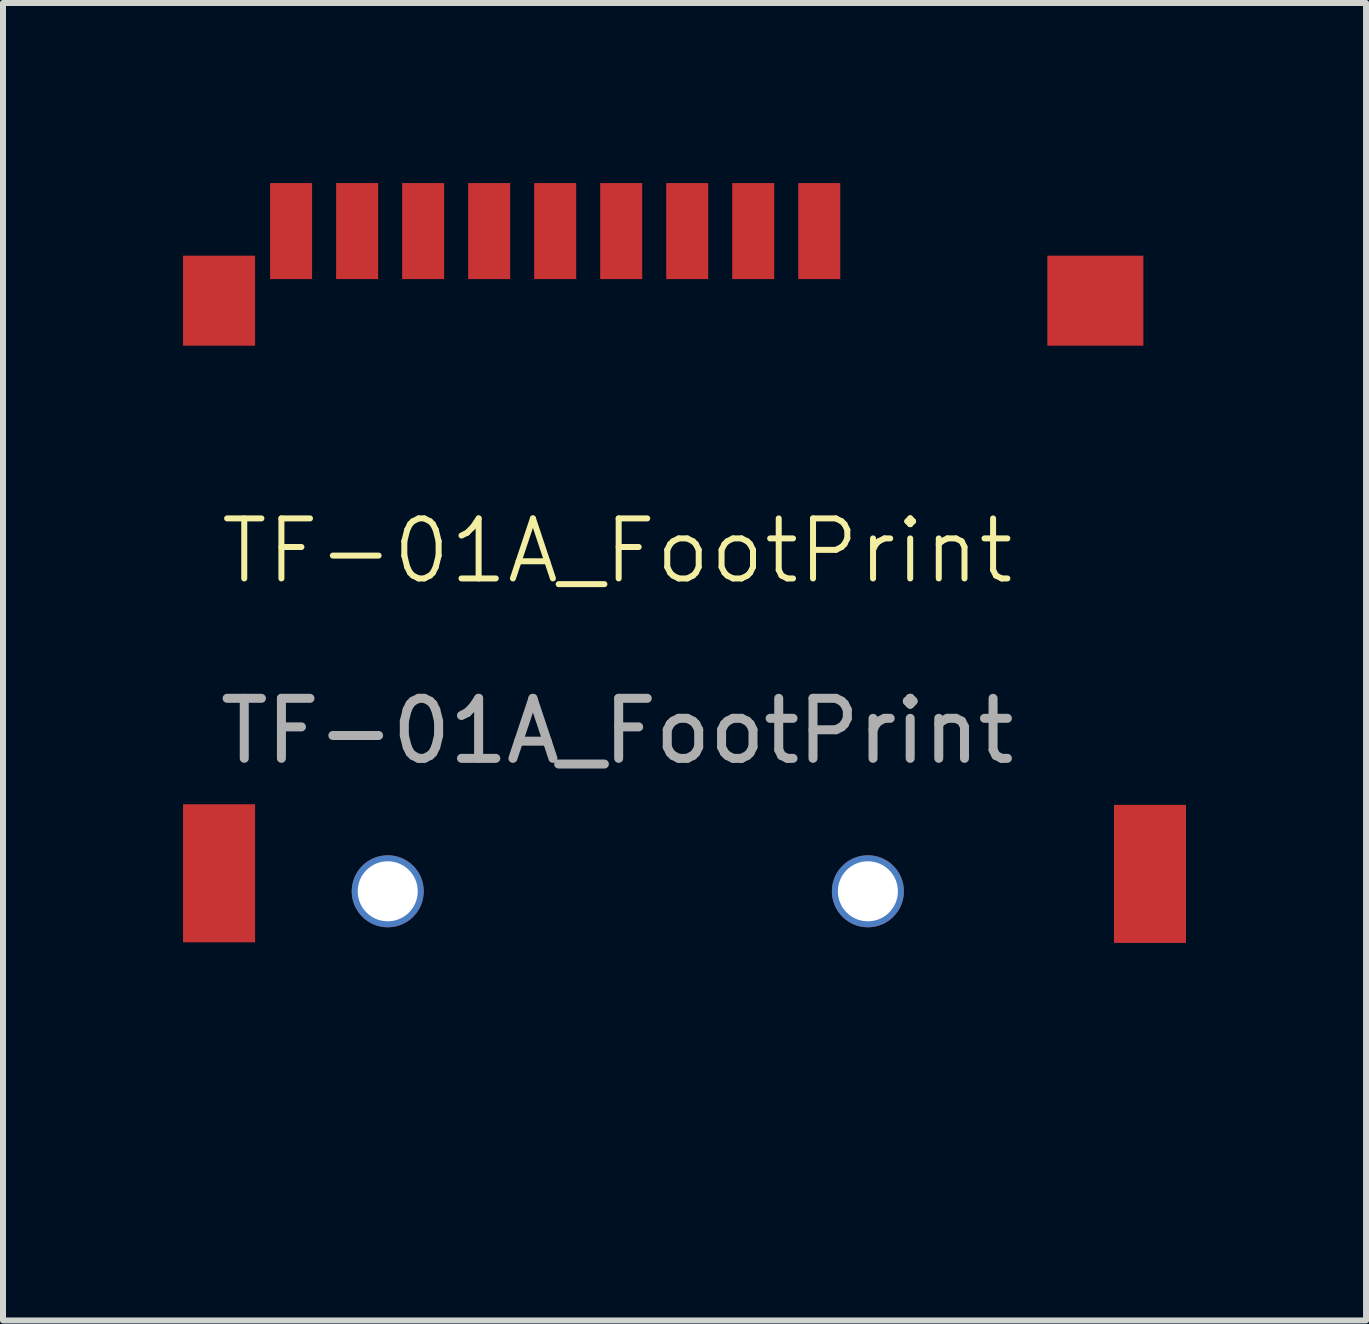
<source format=kicad_pcb>
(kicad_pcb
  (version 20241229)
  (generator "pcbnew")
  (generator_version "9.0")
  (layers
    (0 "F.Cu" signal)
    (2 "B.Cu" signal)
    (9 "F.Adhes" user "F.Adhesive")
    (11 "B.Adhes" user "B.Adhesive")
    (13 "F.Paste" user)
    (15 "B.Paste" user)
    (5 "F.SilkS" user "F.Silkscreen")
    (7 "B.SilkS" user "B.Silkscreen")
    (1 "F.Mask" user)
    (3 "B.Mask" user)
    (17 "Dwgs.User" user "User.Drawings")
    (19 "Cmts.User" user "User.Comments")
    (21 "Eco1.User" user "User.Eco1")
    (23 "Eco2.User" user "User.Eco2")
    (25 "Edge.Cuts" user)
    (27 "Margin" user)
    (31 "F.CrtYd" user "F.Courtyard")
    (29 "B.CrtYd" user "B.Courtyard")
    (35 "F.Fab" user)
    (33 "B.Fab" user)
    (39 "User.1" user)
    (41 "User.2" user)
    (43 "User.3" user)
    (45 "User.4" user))
  (footprint "TF-01A_FootPrint"
    (layer "F.Cu")
    (at 5.71 6.63)
    (property "Reference" "TF-01A_FootPrint" (at 1.524 -0.5 0) (unlocked yes) (layer "F.SilkS") (effects (font (size 1 1) (thickness 0.1))))
    (attr smd)
    (fp_line (start -4.81 -3.9) (end -4.81 3.68) (stroke (width 0.1) (type default)) (layer "User.8"))
    (fp_line (start -4.81 6.07) (end -4.81 8.29) (stroke (width 0.1) (type default)) (layer "User.8"))
    (fp_line (start -4.81 8.3) (end 2.49 8.3) (stroke (width 0.1) (type default)) (layer "User.8"))
    (fp_line (start 6.17 9.27) (end 2.49 8.3) (stroke (width 0.1) (type default)) (layer "User.8"))
    (fp_line (start 8.64 -5.34) (end 5.29 -5.34) (stroke (width 0.1) (type default)) (layer "User.8"))
    (fp_line (start 9.85 3.68) (end 9.85 -3.87) (stroke (width 0.1) (type default)) (layer "User.8"))
    (fp_line (start 9.87 6.07) (end 9.87 9.27) (stroke (width 0.1) (type default)) (layer "User.8"))
    (fp_line (start 9.87 9.27) (end 6.17 9.27) (stroke (width 0.1) (type default)) (layer "User.8"))
    (fp_text user "${REFERENCE}" (at 1.524 2.5 0) (unlocked yes) (layer "F.Fab") (effects (font (size 1 1) (thickness 0.15))))
    (pad "" np_thru_hole circle (at -2.3 5.17 90) (size 1.2 1.2) (drill 1) (layers "*.Cu" "*.Mask"))
    (pad "" np_thru_hole circle (at 5.7 5.17 90) (size 1.2 1.2) (drill 1) (layers "*.Cu" "*.Mask"))
    (pad "1" smd rect (at 4.89 -5.83 90) (size 1.6 0.7) (layers "F.Cu" "F.Mask" "F.Paste"))
    (pad "2" smd rect (at 3.79 -5.83 90) (size 1.6 0.7) (layers "F.Cu" "F.Mask" "F.Paste"))
    (pad "3" smd rect (at 2.69 -5.83 90) (size 1.6 0.7) (layers "F.Cu" "F.Mask" "F.Paste"))
    (pad "4" smd rect (at 1.59 -5.83 90) (size 1.6 0.7) (layers "F.Cu" "F.Mask" "F.Paste"))
    (pad "5" smd rect (at 0.49 -5.83 90) (size 1.6 0.7) (layers "F.Cu" "F.Mask" "F.Paste"))
    (pad "6" smd rect (at -0.61 -5.83 90) (size 1.6 0.7) (layers "F.Cu" "F.Mask" "F.Paste"))
    (pad "7" smd rect (at -1.71 -5.83 90) (size 1.6 0.7) (layers "F.Cu" "F.Mask" "F.Paste"))
    (pad "8" smd rect (at -2.81 -5.83 90) (size 1.6 0.7) (layers "F.Cu" "F.Mask" "F.Paste"))
    (pad "9" smd rect (at -3.91 -5.83 90) (size 1.6 0.7) (layers "F.Cu" "F.Mask" "F.Paste"))
    (pad "10" smd rect (at -5.11 -4.67 90) (size 1.5 1.2) (layers "F.Cu" "F.Mask" "F.Paste"))
    (pad "11" smd rect (at 9.49 -4.67 90) (size 1.5 1.6) (layers "F.Cu" "F.Mask" "F.Paste"))
    (pad "12" smd rect (at -5.11 4.87 90) (size 2.3 1.2) (layers "F.Cu" "F.Mask" "F.Paste"))
    (pad "13" smd rect (at 10.4 4.88 90) (size 2.3 1.2) (layers "F.Cu" "F.Mask" "F.Paste")))
  (gr_rect
    (start -3 -3)
    (end 19.71 18.95)
    (stroke (width 0.1) (type default))
    (fill no)
    (layer "Edge.Cuts")))
</source>
